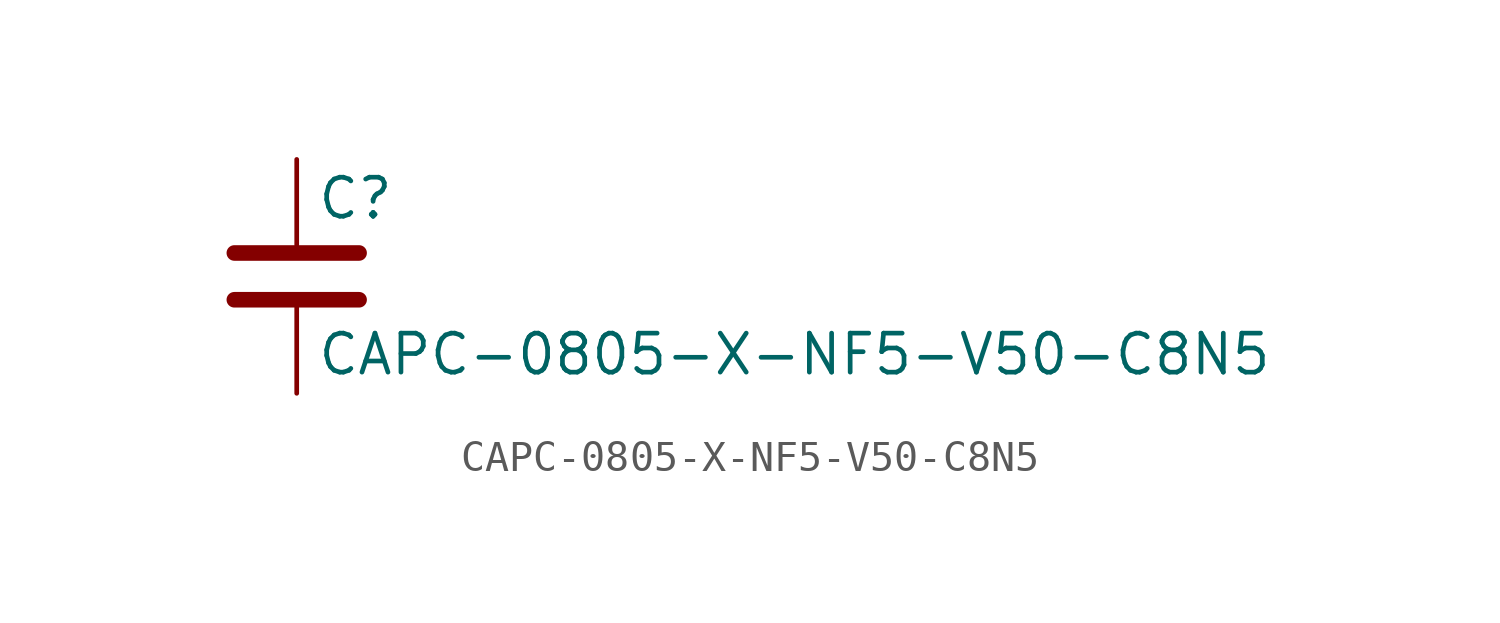
<source format=kicad_sym>
(kicad_symbol_lib
  (version 20211014)
  (generator kicad_symbol_editor)
  (symbol "CAPC-0805-X-NF5-V50-C8N5"
    (pin_numbers hide)
    (pin_names
      (offset 0.254))
    (property "Reference" "C"
      (at 0.635 2.54 0)
      (effects (font (size 1.27 1.27)) (justify left)))
    (property "Value" "CAPC-0805-X-NF5-V50-C8N5"
      (at 0.635 -2.54 0)
      (effects (font (size 1.27 1.27)) (justify left)))
    (symbol "CAPC-0805-X-NF5-V50-C8N5_0_1"
      (polyline (pts (xy -2.032 -0.762) (xy 2.032 -0.762)) (stroke (width 0.508) (type default) (color 0 0 0 0)) (fill (type none)))
      (polyline (pts (xy -2.032 0.762) (xy 2.032 0.762)) (stroke (width 0.508) (type default) (color 0 0 0 0)) (fill (type none))))
    (symbol "CAPC-0805-X-NF5-V50-C8N5_1_1"
      (pin passive line (at 0 3.81 270) (length 2.794) (name "~" (effects (font (size 1.27 1.27)))) (number "1" (effects (font (size 1.27 1.27)))))
      (pin passive line (at 0 -3.81 90) (length 2.794) (name "~" (effects (font (size 1.27 1.27)))) (number "2" (effects (font (size 1.27 1.27))))))))
</source>
